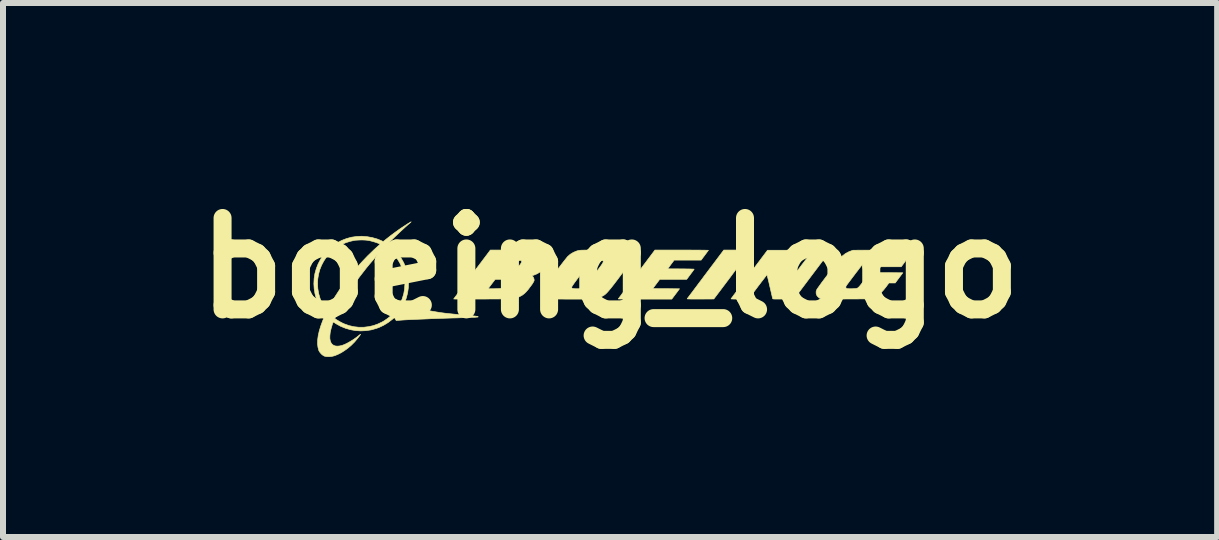
<source format=kicad_pcb>
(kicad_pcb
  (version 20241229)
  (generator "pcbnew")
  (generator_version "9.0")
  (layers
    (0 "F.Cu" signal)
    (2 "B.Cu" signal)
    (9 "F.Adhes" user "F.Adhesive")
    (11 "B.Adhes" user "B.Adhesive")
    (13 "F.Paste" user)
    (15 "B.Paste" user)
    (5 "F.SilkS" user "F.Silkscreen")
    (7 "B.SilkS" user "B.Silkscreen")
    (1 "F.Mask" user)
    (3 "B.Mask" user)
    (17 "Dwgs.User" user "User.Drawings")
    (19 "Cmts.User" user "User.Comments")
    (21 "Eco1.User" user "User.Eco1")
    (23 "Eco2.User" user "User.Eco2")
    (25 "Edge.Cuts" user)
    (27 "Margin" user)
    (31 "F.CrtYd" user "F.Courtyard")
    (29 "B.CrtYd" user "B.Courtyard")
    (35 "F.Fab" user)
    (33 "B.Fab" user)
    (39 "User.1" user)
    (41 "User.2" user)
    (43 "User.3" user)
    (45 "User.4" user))
  (footprint "boeing_logo"
    (layer "F.Cu")
    (at 7.119 1.418)
    (property "Reference" "boeing_logo" (at 0 0 0) (layer "F.SilkS") (effects (font (size 1.524 1.524) (thickness 0.3))))
    (attr through_hole)
    (fp_poly (pts (xy 2.327 -0.278) (xy 2.322 -0.271) (xy 2.311 -0.256) (xy 2.295 -0.235) (xy 2.274 -0.207) (xy 2.248 -0.173) (xy 2.219 -0.135) (xy 2.187 -0.091) (xy 2.151 -0.044) (xy 2.113 0.006) (xy 2.073 0.059) (xy 2.032 0.115) (xy 2.021 0.13) (xy 1.73 0.516) (xy 1.507 0.517) (xy 1.446 0.517) (xy 1.395 0.517) (xy 1.354 0.517) (xy 1.322 0.516) (xy 1.3 0.515) (xy 1.288 0.514) (xy 1.286 0.513) (xy 1.289 0.509) (xy 1.298 0.496) (xy 1.312 0.477) (xy 1.332 0.451) (xy 1.355 0.42) (xy 1.383 0.383) (xy 1.414 0.341) (xy 1.449 0.295) (xy 1.486 0.245) (xy 1.526 0.193) (xy 1.567 0.137) (xy 1.592 0.104) (xy 1.896 -0.3) (xy 2.343 -0.3) (xy 2.327 -0.278)) (stroke (width 0.01) (type solid)) (fill yes) (layer "F.SilkS"))
    (fp_poly (pts (xy 1.261 -0.3) (xy 1.325 -0.3) (xy 1.384 -0.299) (xy 1.439 -0.299) (xy 1.489 -0.299) (xy 1.533 -0.298) (xy 1.571 -0.298) (xy 1.601 -0.297) (xy 1.623 -0.297) (xy 1.636 -0.296) (xy 1.64 -0.296) (xy 1.637 -0.291) (xy 1.628 -0.279) (xy 1.615 -0.262) (xy 1.599 -0.24) (xy 1.581 -0.216) (xy 1.578 -0.212) (xy 1.518 -0.132) (xy 1.069 -0.132) (xy 1.015 -0.06) (xy 0.961 0.013) (xy 1.181 0.014) (xy 1.228 0.014) (xy 1.271 0.015) (xy 1.309 0.015) (xy 1.343 0.016) (xy 1.369 0.017) (xy 1.389 0.018) (xy 1.4 0.018) (xy 1.402 0.019) (xy 1.399 0.024) (xy 1.391 0.036) (xy 1.379 0.053) (xy 1.363 0.074) (xy 1.344 0.099) (xy 1.34 0.105) (xy 1.278 0.188) (xy 1.053 0.188) (xy 0.829 0.188) (xy 0.712 0.343) (xy 0.935 0.344) (xy 1.158 0.346) (xy 1.094 0.432) (xy 1.029 0.518) (xy 0.583 0.518) (xy 0.517 0.518) (xy 0.453 0.518) (xy 0.394 0.518) (xy 0.338 0.518) (xy 0.288 0.517) (xy 0.244 0.517) (xy 0.207 0.517) (xy 0.177 0.517) (xy 0.154 0.516) (xy 0.141 0.516) (xy 0.137 0.515) (xy 0.14 0.511) (xy 0.149 0.499) (xy 0.163 0.48) (xy 0.182 0.455) (xy 0.205 0.423) (xy 0.232 0.387) (xy 0.264 0.345) (xy 0.298 0.299) (xy 0.335 0.25) (xy 0.375 0.197) (xy 0.416 0.142) (xy 0.443 0.106) (xy 0.748 -0.3) (xy 1.195 -0.3) (xy 1.261 -0.3)) (stroke (width 0.01) (type solid)) (fill yes) (layer "F.SilkS"))
    (fp_poly (pts (xy 3.492 -0.299) (xy 3.529 -0.299) (xy 3.534 -0.299) (xy 3.678 -0.297) (xy 3.372 0.109) (xy 3.066 0.516) (xy 2.89 0.517) (xy 2.841 0.517) (xy 2.801 0.517) (xy 2.77 0.517) (xy 2.746 0.517) (xy 2.729 0.516) (xy 2.719 0.515) (xy 2.713 0.513) (xy 2.712 0.512) (xy 2.71 0.506) (xy 2.706 0.491) (xy 2.701 0.468) (xy 2.694 0.439) (xy 2.686 0.404) (xy 2.677 0.364) (xy 2.667 0.322) (xy 2.664 0.309) (xy 2.654 0.266) (xy 2.645 0.226) (xy 2.636 0.19) (xy 2.629 0.161) (xy 2.623 0.137) (xy 2.618 0.121) (xy 2.616 0.113) (xy 2.615 0.113) (xy 2.612 0.117) (xy 2.602 0.129) (xy 2.588 0.147) (xy 2.57 0.171) (xy 2.548 0.2) (xy 2.522 0.233) (xy 2.495 0.269) (xy 2.465 0.308) (xy 2.46 0.315) (xy 2.309 0.516) (xy 2.163 0.517) (xy 2.125 0.517) (xy 2.092 0.517) (xy 2.063 0.517) (xy 2.04 0.516) (xy 2.024 0.515) (xy 2.017 0.515) (xy 2.017 0.514) (xy 2.02 0.51) (xy 2.028 0.498) (xy 2.042 0.479) (xy 2.061 0.453) (xy 2.085 0.421) (xy 2.112 0.385) (xy 2.143 0.343) (xy 2.178 0.297) (xy 2.215 0.248) (xy 2.254 0.195) (xy 2.296 0.14) (xy 2.321 0.107) (xy 2.625 -0.297) (xy 2.979 -0.297) (xy 3.025 -0.098) (xy 3.035 -0.055) (xy 3.045 -0.014) (xy 3.053 0.022) (xy 3.061 0.053) (xy 3.067 0.077) (xy 3.071 0.094) (xy 3.074 0.103) (xy 3.074 0.104) (xy 3.077 0.1) (xy 3.087 0.09) (xy 3.1 0.072) (xy 3.119 0.049) (xy 3.141 0.021) (xy 3.166 -0.012) (xy 3.193 -0.048) (xy 3.223 -0.087) (xy 3.229 -0.095) (xy 3.259 -0.134) (xy 3.287 -0.171) (xy 3.313 -0.205) (xy 3.336 -0.235) (xy 3.355 -0.26) (xy 3.37 -0.279) (xy 3.381 -0.292) (xy 3.386 -0.298) (xy 3.386 -0.298) (xy 3.392 -0.298) (xy 3.407 -0.299) (xy 3.43 -0.299) (xy 3.458 -0.299) (xy 3.492 -0.299)) (stroke (width 0.01) (type solid)) (fill yes) (layer "F.SilkS"))
    (fp_poly (pts (xy -1.036 -0.288) (xy -1.01 -0.269) (xy -0.993 -0.245) (xy -0.983 -0.215) (xy -0.981 -0.199) (xy -0.981 -0.184) (xy -0.981 -0.171) (xy -0.984 -0.16) (xy -0.989 -0.147) (xy -0.998 -0.132) (xy -1.01 -0.114) (xy -1.027 -0.09) (xy -1.049 -0.061) (xy -1.081 -0.021) (xy -1.108 0.012) (xy -1.134 0.038) (xy -1.159 0.06) (xy -1.184 0.077) (xy -1.184 0.077) (xy -1.206 0.09) (xy -1.232 0.103) (xy -1.26 0.114) (xy -1.284 0.123) (xy -1.289 0.124) (xy -1.3 0.128) (xy -1.288 0.141) (xy -1.276 0.159) (xy -1.268 0.181) (xy -1.265 0.199) (xy -1.266 0.21) (xy -1.272 0.224) (xy -1.281 0.241) (xy -1.295 0.264) (xy -1.315 0.292) (xy -1.33 0.311) (xy -1.357 0.348) (xy -1.381 0.377) (xy -1.402 0.4) (xy -1.421 0.419) (xy -1.44 0.435) (xy -1.46 0.45) (xy -1.466 0.454) (xy -1.51 0.478) (xy -1.553 0.496) (xy -1.586 0.506) (xy -1.592 0.508) (xy -1.599 0.509) (xy -1.608 0.51) (xy -1.62 0.511) (xy -1.635 0.512) (xy -1.653 0.513) (xy -1.676 0.514) (xy -1.704 0.514) (xy -1.737 0.515) (xy -1.777 0.515) (xy -1.823 0.515) (xy -1.877 0.516) (xy -1.94 0.516) (xy -2.01 0.516) (xy -2.091 0.517) (xy -2.112 0.517) (xy -2.182 0.517) (xy -2.249 0.517) (xy -2.312 0.517) (xy -2.371 0.517) (xy -2.425 0.517) (xy -2.473 0.517) (xy -2.515 0.517) (xy -2.55 0.517) (xy -2.577 0.517) (xy -2.596 0.516) (xy -2.605 0.516) (xy -2.606 0.516) (xy -2.603 0.511) (xy -2.594 0.499) (xy -2.58 0.48) (xy -2.561 0.455) (xy -2.538 0.423) (xy -2.511 0.387) (xy -2.48 0.345) (xy -2.477 0.342) (xy -2.029 0.342) (xy -2.025 0.343) (xy -2.016 0.345) (xy -2.001 0.345) (xy -1.978 0.345) (xy -1.946 0.345) (xy -1.928 0.345) (xy -1.892 0.344) (xy -1.865 0.343) (xy -1.845 0.342) (xy -1.831 0.341) (xy -1.82 0.339) (xy -1.812 0.337) (xy -1.806 0.333) (xy -1.802 0.331) (xy -1.791 0.322) (xy -1.777 0.307) (xy -1.761 0.289) (xy -1.745 0.269) (xy -1.731 0.25) (xy -1.72 0.232) (xy -1.713 0.219) (xy -1.712 0.215) (xy -1.713 0.206) (xy -1.716 0.199) (xy -1.722 0.194) (xy -1.734 0.191) (xy -1.751 0.189) (xy -1.776 0.188) (xy -1.809 0.188) (xy -1.821 0.188) (xy -1.914 0.188) (xy -1.969 0.26) (xy -1.987 0.284) (xy -2.003 0.305) (xy -2.016 0.323) (xy -2.025 0.335) (xy -2.029 0.34) (xy -2.029 0.342) (xy -2.477 0.342) (xy -2.445 0.299) (xy -2.408 0.25) (xy -2.368 0.197) (xy -2.327 0.142) (xy -2.3 0.106) (xy -2.232 0.015) (xy -1.784 0.015) (xy -1.683 0.015) (xy -1.648 0.015) (xy -1.622 0.015) (xy -1.602 0.014) (xy -1.588 0.013) (xy -1.578 0.011) (xy -1.569 0.008) (xy -1.561 0.005) (xy -1.559 0.004) (xy -1.546 -0.006) (xy -1.53 -0.02) (xy -1.514 -0.039) (xy -1.498 -0.059) (xy -1.485 -0.078) (xy -1.476 -0.094) (xy -1.473 -0.104) (xy -1.474 -0.113) (xy -1.478 -0.12) (xy -1.487 -0.125) (xy -1.5 -0.129) (xy -1.52 -0.131) (xy -1.548 -0.132) (xy -1.585 -0.132) (xy -1.674 -0.132) (xy -1.715 -0.078) (xy -1.731 -0.056) (xy -1.747 -0.035) (xy -1.76 -0.017) (xy -1.769 -0.005) (xy -1.77 -0.004) (xy -1.784 0.015) (xy -2.232 0.015) (xy -1.995 -0.3) (xy -1.058 -0.3) (xy -1.036 -0.288)) (stroke (width 0.01) (type solid)) (fill yes) (layer "F.SilkS"))
    (fp_poly (pts (xy 0.042 -0.3) (xy 0.099 -0.3) (xy 0.147 -0.299) (xy 0.189 -0.299) (xy 0.223 -0.299) (xy 0.251 -0.298) (xy 0.274 -0.297) (xy 0.293 -0.295) (xy 0.307 -0.294) (xy 0.318 -0.292) (xy 0.327 -0.289) (xy 0.333 -0.286) (xy 0.339 -0.282) (xy 0.344 -0.278) (xy 0.349 -0.274) (xy 0.35 -0.273) (xy 0.367 -0.251) (xy 0.378 -0.224) (xy 0.384 -0.195) (xy 0.382 -0.167) (xy 0.373 -0.143) (xy 0.373 -0.142) (xy 0.368 -0.135) (xy 0.358 -0.121) (xy 0.342 -0.099) (xy 0.322 -0.072) (xy 0.298 -0.04) (xy 0.271 -0.004) (xy 0.242 0.036) (xy 0.21 0.079) (xy 0.176 0.123) (xy 0.173 0.127) (xy 0.13 0.185) (xy 0.092 0.235) (xy 0.059 0.278) (xy 0.03 0.315) (xy 0.005 0.346) (xy -0.017 0.372) (xy -0.036 0.394) (xy -0.052 0.412) (xy -0.067 0.426) (xy -0.081 0.439) (xy -0.094 0.449) (xy -0.107 0.457) (xy -0.114 0.462) (xy -0.154 0.482) (xy -0.2 0.498) (xy -0.246 0.51) (xy -0.268 0.513) (xy -0.283 0.514) (xy -0.307 0.515) (xy -0.338 0.516) (xy -0.376 0.517) (xy -0.419 0.517) (xy -0.467 0.518) (xy -0.518 0.518) (xy -0.572 0.518) (xy -0.628 0.518) (xy -0.684 0.518) (xy -0.739 0.518) (xy -0.793 0.517) (xy -0.845 0.517) (xy -0.893 0.516) (xy -0.937 0.516) (xy -0.975 0.515) (xy -1.007 0.514) (xy -1.031 0.513) (xy -1.047 0.512) (xy -1.052 0.511) (xy -1.083 0.498) (xy -1.108 0.478) (xy -1.124 0.451) (xy -1.132 0.42) (xy -1.133 0.406) (xy -1.13 0.377) (xy -1.121 0.356) (xy -1.116 0.347) (xy -1.104 0.331) (xy -1.095 0.318) (xy -0.64 0.318) (xy -0.638 0.328) (xy -0.633 0.335) (xy -0.622 0.34) (xy -0.604 0.343) (xy -0.579 0.345) (xy -0.549 0.345) (xy -0.522 0.345) (xy -0.496 0.344) (xy -0.476 0.342) (xy -0.462 0.34) (xy -0.461 0.34) (xy -0.444 0.333) (xy -0.428 0.323) (xy -0.426 0.321) (xy -0.42 0.315) (xy -0.409 0.301) (xy -0.392 0.28) (xy -0.372 0.254) (xy -0.348 0.224) (xy -0.321 0.189) (xy -0.293 0.151) (xy -0.263 0.111) (xy -0.261 0.109) (xy -0.225 0.062) (xy -0.196 0.022) (xy -0.171 -0.012) (xy -0.151 -0.039) (xy -0.136 -0.061) (xy -0.125 -0.078) (xy -0.118 -0.092) (xy -0.114 -0.102) (xy -0.113 -0.11) (xy -0.114 -0.115) (xy -0.118 -0.12) (xy -0.123 -0.124) (xy -0.124 -0.125) (xy -0.131 -0.128) (xy -0.14 -0.13) (xy -0.153 -0.132) (xy -0.172 -0.132) (xy -0.199 -0.131) (xy -0.212 -0.131) (xy -0.243 -0.13) (xy -0.265 -0.129) (xy -0.281 -0.127) (xy -0.293 -0.124) (xy -0.303 -0.12) (xy -0.308 -0.118) (xy -0.314 -0.114) (xy -0.321 -0.108) (xy -0.33 -0.099) (xy -0.342 -0.085) (xy -0.356 -0.068) (xy -0.374 -0.045) (xy -0.396 -0.017) (xy -0.423 0.018) (xy -0.455 0.06) (xy -0.484 0.099) (xy -0.523 0.151) (xy -0.557 0.197) (xy -0.585 0.235) (xy -0.608 0.267) (xy -0.624 0.291) (xy -0.635 0.308) (xy -0.64 0.317) (xy -0.64 0.318) (xy -1.095 0.318) (xy -1.088 0.309) (xy -1.068 0.281) (xy -1.044 0.248) (xy -1.017 0.212) (xy -0.988 0.173) (xy -0.957 0.132) (xy -0.925 0.09) (xy -0.893 0.048) (xy -0.862 0.007) (xy -0.831 -0.033) (xy -0.803 -0.07) (xy -0.776 -0.105) (xy -0.753 -0.134) (xy -0.733 -0.159) (xy -0.718 -0.178) (xy -0.708 -0.19) (xy -0.705 -0.193) (xy -0.661 -0.231) (xy -0.611 -0.261) (xy -0.556 -0.284) (xy -0.535 -0.29) (xy -0.527 -0.292) (xy -0.519 -0.293) (xy -0.51 -0.295) (xy -0.5 -0.296) (xy -0.486 -0.297) (xy -0.47 -0.298) (xy -0.449 -0.298) (xy -0.424 -0.299) (xy -0.393 -0.299) (xy -0.356 -0.299) (xy -0.312 -0.3) (xy -0.261 -0.3) (xy -0.201 -0.3) (xy -0.132 -0.3) (xy -0.098 -0.3) (xy -0.023 -0.3) (xy 0.042 -0.3)) (stroke (width 0.01) (type solid)) (fill yes) (layer "F.SilkS"))
    (fp_poly (pts (xy 4.744 -0.299) (xy 4.778 -0.299) (xy 4.806 -0.299) (xy 4.828 -0.298) (xy 4.845 -0.298) (xy 4.859 -0.297) (xy 4.869 -0.296) (xy 4.877 -0.295) (xy 4.882 -0.294) (xy 4.887 -0.292) (xy 4.89 -0.29) (xy 4.891 -0.29) (xy 4.918 -0.271) (xy 4.938 -0.245) (xy 4.95 -0.216) (xy 4.953 -0.191) (xy 4.952 -0.177) (xy 4.95 -0.164) (xy 4.945 -0.151) (xy 4.937 -0.136) (xy 4.925 -0.118) (xy 4.908 -0.093) (xy 4.898 -0.08) (xy 4.854 -0.021) (xy 4.632 -0.021) (xy 4.585 -0.021) (xy 4.542 -0.021) (xy 4.503 -0.021) (xy 4.47 -0.021) (xy 4.443 -0.022) (xy 4.423 -0.022) (xy 4.412 -0.023) (xy 4.409 -0.023) (xy 4.412 -0.028) (xy 4.42 -0.039) (xy 4.431 -0.054) (xy 4.435 -0.059) (xy 4.449 -0.079) (xy 4.457 -0.093) (xy 4.459 -0.104) (xy 4.457 -0.114) (xy 4.453 -0.12) (xy 4.449 -0.123) (xy 4.444 -0.126) (xy 4.436 -0.128) (xy 4.422 -0.129) (xy 4.402 -0.129) (xy 4.373 -0.13) (xy 4.368 -0.13) (xy 4.334 -0.129) (xy 4.308 -0.129) (xy 4.289 -0.127) (xy 4.275 -0.124) (xy 4.263 -0.12) (xy 4.254 -0.114) (xy 4.247 -0.108) (xy 4.241 -0.102) (xy 4.23 -0.089) (xy 4.214 -0.069) (xy 4.195 -0.044) (xy 4.172 -0.015) (xy 4.147 0.017) (xy 4.121 0.052) (xy 4.093 0.087) (xy 4.066 0.124) (xy 4.039 0.159) (xy 4.014 0.193) (xy 3.99 0.224) (xy 3.97 0.251) (xy 3.953 0.274) (xy 3.941 0.291) (xy 3.934 0.302) (xy 3.933 0.304) (xy 3.929 0.319) (xy 3.934 0.332) (xy 3.947 0.341) (xy 3.954 0.343) (xy 3.966 0.344) (xy 3.985 0.345) (xy 4.01 0.345) (xy 4.036 0.345) (xy 4.04 0.345) (xy 4.07 0.343) (xy 4.093 0.342) (xy 4.109 0.339) (xy 4.121 0.335) (xy 4.127 0.333) (xy 4.134 0.328) (xy 4.143 0.32) (xy 4.155 0.308) (xy 4.17 0.29) (xy 4.189 0.266) (xy 4.212 0.236) (xy 4.238 0.202) (xy 4.261 0.171) (xy 4.283 0.143) (xy 4.302 0.119) (xy 4.317 0.1) (xy 4.329 0.086) (xy 4.335 0.079) (xy 4.336 0.078) (xy 4.342 0.078) (xy 4.357 0.077) (xy 4.38 0.077) (xy 4.411 0.077) (xy 4.448 0.077) (xy 4.49 0.077) (xy 4.537 0.077) (xy 4.587 0.077) (xy 4.611 0.077) (xy 4.881 0.079) (xy 4.817 0.164) (xy 4.754 0.249) (xy 4.649 0.249) (xy 4.6 0.315) (xy 4.56 0.365) (xy 4.522 0.406) (xy 4.484 0.44) (xy 4.446 0.466) (xy 4.405 0.487) (xy 4.361 0.503) (xy 4.355 0.504) (xy 4.347 0.506) (xy 4.34 0.508) (xy 4.332 0.51) (xy 4.322 0.511) (xy 4.311 0.512) (xy 4.296 0.513) (xy 4.278 0.514) (xy 4.256 0.514) (xy 4.228 0.515) (xy 4.195 0.515) (xy 4.155 0.515) (xy 4.108 0.516) (xy 4.052 0.516) (xy 3.988 0.516) (xy 3.929 0.516) (xy 3.868 0.517) (xy 3.809 0.517) (xy 3.754 0.517) (xy 3.703 0.517) (xy 3.658 0.517) (xy 3.618 0.517) (xy 3.586 0.517) (xy 3.561 0.516) (xy 3.545 0.516) (xy 3.538 0.516) (xy 3.538 0.516) (xy 3.53 0.514) (xy 3.517 0.511) (xy 3.515 0.511) (xy 3.496 0.504) (xy 3.477 0.49) (xy 3.458 0.472) (xy 3.445 0.453) (xy 3.444 0.45) (xy 3.435 0.42) (xy 3.436 0.388) (xy 3.446 0.36) (xy 3.452 0.35) (xy 3.464 0.333) (xy 3.481 0.309) (xy 3.502 0.28) (xy 3.526 0.246) (xy 3.554 0.209) (xy 3.584 0.169) (xy 3.615 0.128) (xy 3.648 0.085) (xy 3.68 0.042) (xy 3.713 0.000003) (xy 3.744 -0.04) (xy 3.774 -0.079) (xy 3.801 -0.113) (xy 3.825 -0.144) (xy 3.845 -0.169) (xy 3.861 -0.188) (xy 3.872 -0.201) (xy 3.876 -0.204) (xy 3.925 -0.242) (xy 3.98 -0.271) (xy 4.011 -0.283) (xy 4.051 -0.297) (xy 4.461 -0.299) (xy 4.536 -0.299) (xy 4.6 -0.299) (xy 4.656 -0.299) (xy 4.704 -0.299) (xy 4.744 -0.299)) (stroke (width 0.01) (type solid)) (fill yes) (layer "F.SilkS"))
    (fp_poly (pts (xy -3.315 -0.771) (xy -3.318 -0.768) (xy -3.327 -0.759) (xy -3.341 -0.746) (xy -3.352 -0.737) (xy -3.384 -0.709) (xy -3.422 -0.675) (xy -3.462 -0.638) (xy -3.505 -0.598) (xy -3.547 -0.558) (xy -3.587 -0.52) (xy -3.623 -0.485) (xy -3.634 -0.474) (xy -3.709 -0.398) (xy -3.672 -0.37) (xy -3.652 -0.355) (xy -3.629 -0.335) (xy -3.606 -0.314) (xy -3.591 -0.3) (xy -3.532 -0.234) (xy -3.482 -0.164) (xy -3.439 -0.088) (xy -3.406 -0.01) (xy -3.381 0.072) (xy -3.365 0.156) (xy -3.359 0.241) (xy -3.362 0.327) (xy -3.374 0.413) (xy -3.396 0.498) (xy -3.412 0.545) (xy -3.421 0.567) (xy -3.425 0.582) (xy -3.426 0.59) (xy -3.424 0.594) (xy -3.423 0.595) (xy -3.415 0.599) (xy -3.398 0.605) (xy -3.375 0.613) (xy -3.347 0.622) (xy -3.316 0.632) (xy -3.283 0.643) (xy -3.251 0.652) (xy -3.221 0.662) (xy -3.193 0.669) (xy -3.172 0.675) (xy -3.171 0.675) (xy -3.104 0.692) (xy -3.038 0.706) (xy -2.97 0.719) (xy -2.9 0.731) (xy -2.827 0.743) (xy -2.749 0.753) (xy -2.666 0.762) (xy -2.575 0.771) (xy -2.476 0.78) (xy -2.419 0.785) (xy -2.364 0.789) (xy -2.319 0.793) (xy -2.283 0.797) (xy -2.254 0.8) (xy -2.232 0.803) (xy -2.216 0.806) (xy -2.205 0.808) (xy -2.199 0.811) (xy -2.198 0.812) (xy -2.198 0.814) (xy -2.2 0.815) (xy -2.206 0.817) (xy -2.216 0.818) (xy -2.231 0.819) (xy -2.251 0.821) (xy -2.278 0.822) (xy -2.311 0.823) (xy -2.351 0.825) (xy -2.4 0.826) (xy -2.457 0.828) (xy -2.523 0.83) (xy -2.545 0.831) (xy -2.635 0.833) (xy -2.725 0.836) (xy -2.815 0.839) (xy -2.903 0.842) (xy -2.989 0.845) (xy -3.071 0.849) (xy -3.151 0.852) (xy -3.225 0.855) (xy -3.294 0.858) (xy -3.357 0.861) (xy -3.413 0.864) (xy -3.461 0.867) (xy -3.5 0.87) (xy -3.529 0.872) (xy -3.565 0.875) (xy -3.579 0.849) (xy -3.592 0.823) (xy -3.631 0.856) (xy -3.7 0.909) (xy -3.774 0.954) (xy -3.852 0.991) (xy -3.897 1.007) (xy -3.982 1.031) (xy -4.068 1.044) (xy -4.155 1.048) (xy -4.241 1.043) (xy -4.326 1.028) (xy -4.409 1.004) (xy -4.489 0.972) (xy -4.565 0.93) (xy -4.579 0.921) (xy -4.595 0.911) (xy -4.607 0.903) (xy -4.614 0.9) (xy -4.615 0.9) (xy -4.617 0.905) (xy -4.622 0.918) (xy -4.628 0.935) (xy -4.63 0.942) (xy -4.65 1.01) (xy -4.664 1.07) (xy -4.67 1.125) (xy -4.671 1.172) (xy -4.664 1.213) (xy -4.651 1.246) (xy -4.632 1.272) (xy -4.605 1.29) (xy -4.605 1.29) (xy -4.578 1.299) (xy -4.546 1.302) (xy -4.51 1.299) (xy -4.473 1.292) (xy -4.468 1.29) (xy -4.425 1.274) (xy -4.378 1.251) (xy -4.328 1.223) (xy -4.277 1.191) (xy -4.227 1.156) (xy -4.202 1.136) (xy -4.184 1.122) (xy -4.17 1.111) (xy -4.161 1.105) (xy -4.158 1.104) (xy -4.16 1.108) (xy -4.167 1.119) (xy -4.179 1.135) (xy -4.194 1.154) (xy -4.21 1.175) (xy -4.228 1.196) (xy -4.245 1.217) (xy -4.261 1.235) (xy -4.266 1.24) (xy -4.315 1.289) (xy -4.368 1.334) (xy -4.423 1.374) (xy -4.479 1.41) (xy -4.534 1.438) (xy -4.587 1.46) (xy -4.615 1.468) (xy -4.653 1.475) (xy -4.692 1.478) (xy -4.729 1.476) (xy -4.757 1.47) (xy -4.78 1.459) (xy -4.804 1.441) (xy -4.826 1.418) (xy -4.845 1.393) (xy -4.856 1.371) (xy -4.869 1.32) (xy -4.876 1.262) (xy -4.874 1.198) (xy -4.865 1.128) (xy -4.848 1.052) (xy -4.823 0.969) (xy -4.791 0.881) (xy -4.776 0.844) (xy -4.773 0.836) (xy -4.592 0.836) (xy -4.578 0.847) (xy -4.562 0.86) (xy -4.538 0.874) (xy -4.511 0.891) (xy -4.482 0.906) (xy -4.453 0.921) (xy -4.43 0.931) (xy -4.349 0.96) (xy -4.269 0.978) (xy -4.188 0.987) (xy -4.105 0.987) (xy -4.023 0.977) (xy -3.946 0.96) (xy -3.87 0.933) (xy -3.797 0.898) (xy -3.777 0.887) (xy -3.751 0.87) (xy -3.722 0.85) (xy -3.694 0.829) (xy -3.668 0.808) (xy -3.647 0.79) (xy -3.639 0.782) (xy -3.623 0.765) (xy -3.734 0.557) (xy -3.757 0.514) (xy -3.778 0.475) (xy -3.797 0.439) (xy -3.813 0.408) (xy -3.827 0.383) (xy -3.836 0.363) (xy -3.843 0.351) (xy -3.844 0.348) (xy -3.84 0.35) (xy -3.83 0.358) (xy -3.815 0.369) (xy -3.802 0.38) (xy -3.756 0.415) (xy -3.703 0.452) (xy -3.645 0.487) (xy -3.587 0.52) (xy -3.564 0.532) (xy -3.534 0.546) (xy -3.512 0.556) (xy -3.497 0.562) (xy -3.488 0.564) (xy -3.485 0.563) (xy -3.481 0.556) (xy -3.476 0.541) (xy -3.468 0.522) (xy -3.463 0.508) (xy -3.439 0.43) (xy -3.425 0.35) (xy -3.42 0.268) (xy -3.424 0.185) (xy -3.437 0.103) (xy -3.459 0.023) (xy -3.474 -0.018) (xy -3.505 -0.085) (xy -3.541 -0.145) (xy -3.584 -0.202) (xy -3.635 -0.257) (xy -3.655 -0.276) (xy -3.677 -0.296) (xy -3.699 -0.314) (xy -3.719 -0.33) (xy -3.736 -0.342) (xy -3.748 -0.349) (xy -3.752 -0.351) (xy -3.758 -0.347) (xy -3.769 -0.336) (xy -3.785 -0.319) (xy -3.806 -0.297) (xy -3.83 -0.271) (xy -3.857 -0.241) (xy -3.886 -0.209) (xy -3.916 -0.174) (xy -3.946 -0.139) (xy -3.976 -0.104) (xy -4.006 -0.069) (xy -4.033 -0.036) (xy -4.058 -0.006) (xy -4.069 0.008) (xy -4.176 0.146) (xy -4.273 0.282) (xy -4.362 0.415) (xy -4.442 0.546) (xy -4.512 0.675) (xy -4.542 0.734) (xy -4.592 0.836) (xy -4.773 0.836) (xy -4.747 0.774) (xy -4.774 0.739) (xy -4.823 0.667) (xy -4.864 0.591) (xy -4.896 0.512) (xy -4.918 0.43) (xy -4.932 0.346) (xy -4.937 0.264) (xy -4.876 0.264) (xy -4.871 0.345) (xy -4.857 0.426) (xy -4.834 0.506) (xy -4.801 0.583) (xy -4.799 0.587) (xy -4.791 0.603) (xy -4.779 0.623) (xy -4.766 0.644) (xy -4.752 0.665) (xy -4.74 0.684) (xy -4.729 0.699) (xy -4.721 0.709) (xy -4.718 0.711) (xy -4.715 0.707) (xy -4.707 0.696) (xy -4.698 0.679) (xy -4.692 0.667) (xy -4.643 0.575) (xy -4.586 0.48) (xy -4.522 0.381) (xy -4.452 0.281) (xy -4.377 0.181) (xy -4.297 0.081) (xy -4.214 -0.017) (xy -4.128 -0.111) (xy -4.041 -0.202) (xy -3.953 -0.287) (xy -3.941 -0.299) (xy -3.916 -0.322) (xy -3.893 -0.343) (xy -3.873 -0.361) (xy -3.858 -0.374) (xy -3.848 -0.383) (xy -3.846 -0.384) (xy -3.838 -0.391) (xy -3.835 -0.396) (xy -3.84 -0.401) (xy -3.853 -0.408) (xy -3.873 -0.416) (xy -3.898 -0.425) (xy -3.926 -0.434) (xy -3.956 -0.443) (xy -3.987 -0.451) (xy -4.016 -0.458) (xy -4.04 -0.462) (xy -4.067 -0.465) (xy -4.102 -0.467) (xy -4.14 -0.468) (xy -4.179 -0.467) (xy -4.217 -0.465) (xy -4.249 -0.463) (xy -4.267 -0.46) (xy -4.336 -0.444) (xy -4.405 -0.422) (xy -4.472 -0.393) (xy -4.532 -0.36) (xy -4.542 -0.354) (xy -4.61 -0.304) (xy -4.671 -0.248) (xy -4.725 -0.186) (xy -4.77 -0.119) (xy -4.808 -0.048) (xy -4.838 0.026) (xy -4.859 0.104) (xy -4.872 0.183) (xy -4.876 0.264) (xy -4.937 0.264) (xy -4.937 0.262) (xy -4.933 0.177) (xy -4.92 0.093) (xy -4.897 0.011) (xy -4.866 -0.069) (xy -4.826 -0.145) (xy -4.806 -0.176) (xy -4.752 -0.248) (xy -4.691 -0.313) (xy -4.624 -0.37) (xy -4.551 -0.419) (xy -4.473 -0.46) (xy -4.391 -0.492) (xy -4.309 -0.514) (xy -4.224 -0.526) (xy -4.138 -0.53) (xy -4.051 -0.523) (xy -3.965 -0.508) (xy -3.881 -0.484) (xy -3.819 -0.459) (xy -3.781 -0.441) (xy -3.728 -0.484) (xy -3.653 -0.543) (xy -3.572 -0.603) (xy -3.523 -0.638) (xy -3.502 -0.653) (xy -3.478 -0.669) (xy -3.452 -0.686) (xy -3.424 -0.704) (xy -3.397 -0.722) (xy -3.372 -0.738) (xy -3.35 -0.751) (xy -3.332 -0.762) (xy -3.32 -0.769) (xy -3.315 -0.771) (xy -3.315 -0.771)) (stroke (width 0.01) (type solid)) (fill yes) (layer "F.SilkS")))
  (gr_rect
    (start -3 -3)
    (end 17.239 5.901)
    (stroke (width 0.1) (type default))
    (fill no)
    (layer "Edge.Cuts")))
</source>
